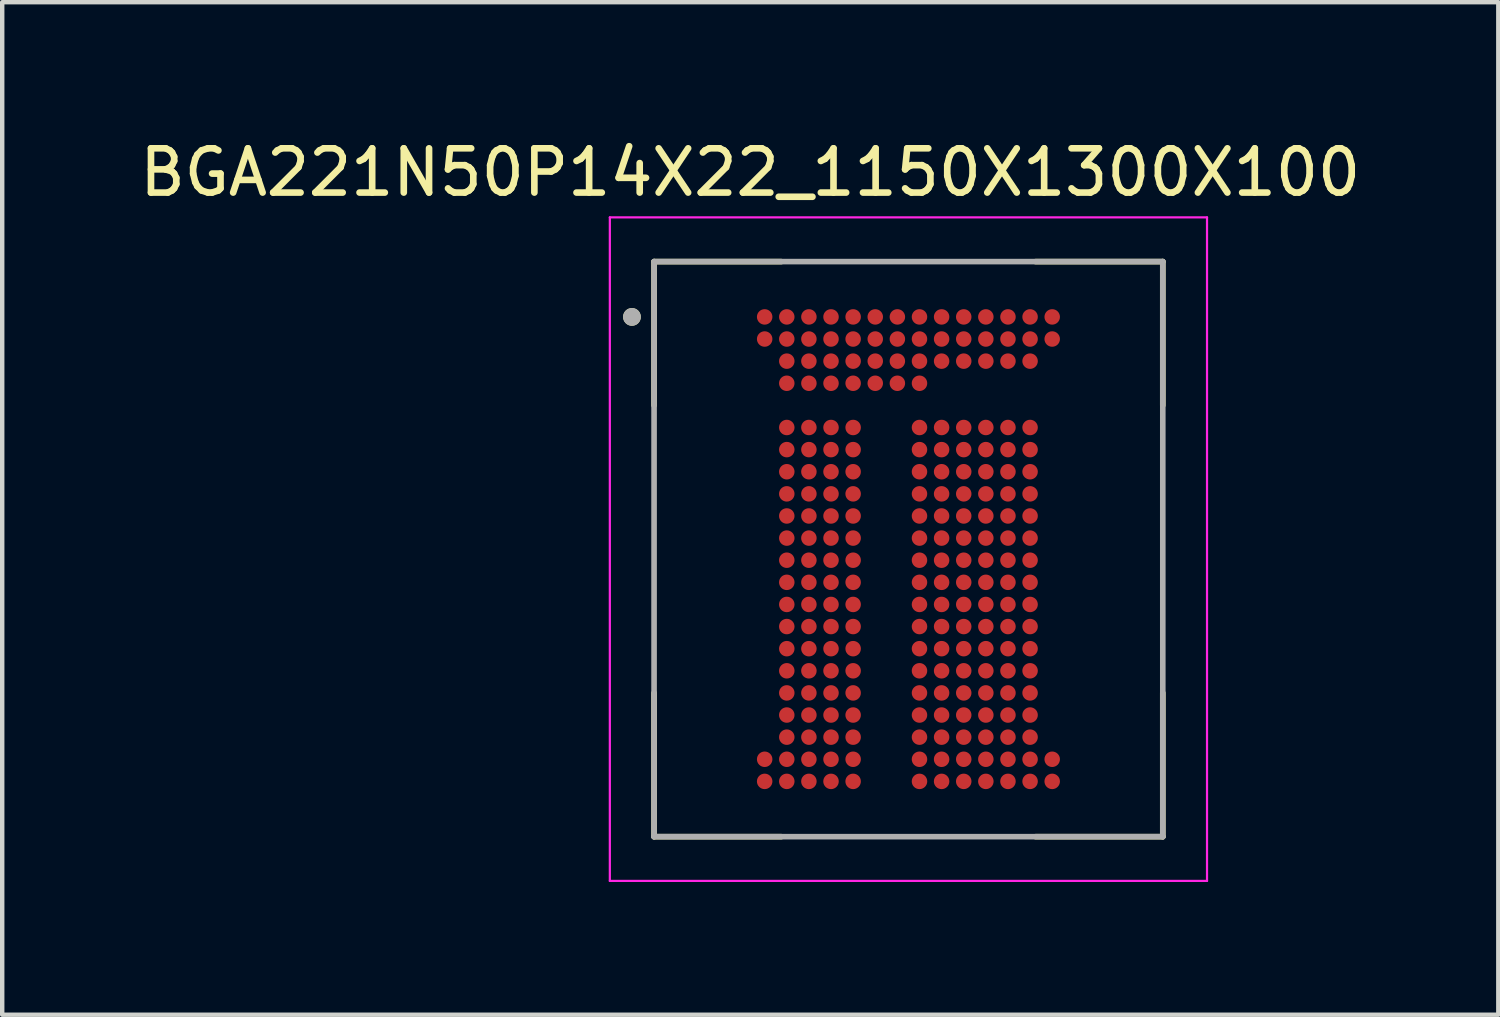
<source format=kicad_pcb>
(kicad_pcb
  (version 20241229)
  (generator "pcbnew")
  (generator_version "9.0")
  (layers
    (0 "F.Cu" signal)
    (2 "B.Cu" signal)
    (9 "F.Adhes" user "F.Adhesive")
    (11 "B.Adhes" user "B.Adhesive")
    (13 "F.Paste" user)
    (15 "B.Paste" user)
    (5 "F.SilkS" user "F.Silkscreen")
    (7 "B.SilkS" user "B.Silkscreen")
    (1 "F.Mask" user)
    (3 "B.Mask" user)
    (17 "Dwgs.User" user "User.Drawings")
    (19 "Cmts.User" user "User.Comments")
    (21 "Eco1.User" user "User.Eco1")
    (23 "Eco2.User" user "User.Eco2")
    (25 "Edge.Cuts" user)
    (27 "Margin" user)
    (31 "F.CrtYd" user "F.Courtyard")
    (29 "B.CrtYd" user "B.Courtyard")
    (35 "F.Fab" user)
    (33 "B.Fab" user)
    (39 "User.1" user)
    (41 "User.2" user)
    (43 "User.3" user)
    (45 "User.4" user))
  (footprint "BGA221N50P14X22_1150X1300X100"
    (layer "F.Cu")
    (at 17.486 9.364)
    (property "Reference" "BGA221N50P14X22_1150X1300X100" (at -3.575 -8.516 0) (layer "F.SilkS") (effects (font (size 1 1) (thickness 0.15))))
    (attr smd)
    (fp_circle (center -3.25 -5.25) (end -3.138 -5.25) (stroke (width 0.225) (type solid)) (fill no) (layer "F.Mask"))
    (fp_circle (center -3.25 -4.75) (end -3.138 -4.75) (stroke (width 0.225) (type solid)) (fill no) (layer "F.Mask"))
    (fp_circle (center -3.25 4.75) (end -3.138 4.75) (stroke (width 0.225) (type solid)) (fill no) (layer "F.Mask"))
    (fp_circle (center -3.25 5.25) (end -3.138 5.25) (stroke (width 0.225) (type solid)) (fill no) (layer "F.Mask"))
    (fp_circle (center -2.75 -5.25) (end -2.638 -5.25) (stroke (width 0.225) (type solid)) (fill no) (layer "F.Mask"))
    (fp_circle (center -2.75 -4.75) (end -2.638 -4.75) (stroke (width 0.225) (type solid)) (fill no) (layer "F.Mask"))
    (fp_circle (center -2.75 -4.25) (end -2.638 -4.25) (stroke (width 0.225) (type solid)) (fill no) (layer "F.Mask"))
    (fp_circle (center -2.75 -3.75) (end -2.638 -3.75) (stroke (width 0.225) (type solid)) (fill no) (layer "F.Mask"))
    (fp_circle (center -2.75 -2.75) (end -2.638 -2.75) (stroke (width 0.225) (type solid)) (fill no) (layer "F.Mask"))
    (fp_circle (center -2.75 -2.25) (end -2.638 -2.25) (stroke (width 0.225) (type solid)) (fill no) (layer "F.Mask"))
    (fp_circle (center -2.75 -1.75) (end -2.638 -1.75) (stroke (width 0.225) (type solid)) (fill no) (layer "F.Mask"))
    (fp_circle (center -2.75 -1.25) (end -2.638 -1.25) (stroke (width 0.225) (type solid)) (fill no) (layer "F.Mask"))
    (fp_circle (center -2.75 -0.75) (end -2.638 -0.75) (stroke (width 0.225) (type solid)) (fill no) (layer "F.Mask"))
    (fp_circle (center -2.75 -0.25) (end -2.638 -0.25) (stroke (width 0.225) (type solid)) (fill no) (layer "F.Mask"))
    (fp_circle (center -2.75 0.25) (end -2.638 0.25) (stroke (width 0.225) (type solid)) (fill no) (layer "F.Mask"))
    (fp_circle (center -2.75 0.75) (end -2.638 0.75) (stroke (width 0.225) (type solid)) (fill no) (layer "F.Mask"))
    (fp_circle (center -2.75 1.25) (end -2.638 1.25) (stroke (width 0.225) (type solid)) (fill no) (layer "F.Mask"))
    (fp_circle (center -2.75 1.75) (end -2.638 1.75) (stroke (width 0.225) (type solid)) (fill no) (layer "F.Mask"))
    (fp_circle (center -2.75 2.25) (end -2.638 2.25) (stroke (width 0.225) (type solid)) (fill no) (layer "F.Mask"))
    (fp_circle (center -2.75 2.75) (end -2.638 2.75) (stroke (width 0.225) (type solid)) (fill no) (layer "F.Mask"))
    (fp_circle (center -2.75 3.25) (end -2.638 3.25) (stroke (width 0.225) (type solid)) (fill no) (layer "F.Mask"))
    (fp_circle (center -2.75 3.75) (end -2.638 3.75) (stroke (width 0.225) (type solid)) (fill no) (layer "F.Mask"))
    (fp_circle (center -2.75 4.25) (end -2.638 4.25) (stroke (width 0.225) (type solid)) (fill no) (layer "F.Mask"))
    (fp_circle (center -2.75 4.75) (end -2.638 4.75) (stroke (width 0.225) (type solid)) (fill no) (layer "F.Mask"))
    (fp_circle (center -2.75 5.25) (end -2.638 5.25) (stroke (width 0.225) (type solid)) (fill no) (layer "F.Mask"))
    (fp_circle (center -2.25 -5.25) (end -2.138 -5.25) (stroke (width 0.225) (type solid)) (fill no) (layer "F.Mask"))
    (fp_circle (center -2.25 -4.75) (end -2.138 -4.75) (stroke (width 0.225) (type solid)) (fill no) (layer "F.Mask"))
    (fp_circle (center -2.25 -4.25) (end -2.138 -4.25) (stroke (width 0.225) (type solid)) (fill no) (layer "F.Mask"))
    (fp_circle (center -2.25 -3.75) (end -2.138 -3.75) (stroke (width 0.225) (type solid)) (fill no) (layer "F.Mask"))
    (fp_circle (center -2.25 -2.75) (end -2.138 -2.75) (stroke (width 0.225) (type solid)) (fill no) (layer "F.Mask"))
    (fp_circle (center -2.25 -2.25) (end -2.138 -2.25) (stroke (width 0.225) (type solid)) (fill no) (layer "F.Mask"))
    (fp_circle (center -2.25 -1.75) (end -2.138 -1.75) (stroke (width 0.225) (type solid)) (fill no) (layer "F.Mask"))
    (fp_circle (center -2.25 -1.25) (end -2.138 -1.25) (stroke (width 0.225) (type solid)) (fill no) (layer "F.Mask"))
    (fp_circle (center -2.25 -0.75) (end -2.138 -0.75) (stroke (width 0.225) (type solid)) (fill no) (layer "F.Mask"))
    (fp_circle (center -2.25 -0.25) (end -2.138 -0.25) (stroke (width 0.225) (type solid)) (fill no) (layer "F.Mask"))
    (fp_circle (center -2.25 0.25) (end -2.138 0.25) (stroke (width 0.225) (type solid)) (fill no) (layer "F.Mask"))
    (fp_circle (center -2.25 0.75) (end -2.138 0.75) (stroke (width 0.225) (type solid)) (fill no) (layer "F.Mask"))
    (fp_circle (center -2.25 1.25) (end -2.138 1.25) (stroke (width 0.225) (type solid)) (fill no) (layer "F.Mask"))
    (fp_circle (center -2.25 1.75) (end -2.138 1.75) (stroke (width 0.225) (type solid)) (fill no) (layer "F.Mask"))
    (fp_circle (center -2.25 2.25) (end -2.138 2.25) (stroke (width 0.225) (type solid)) (fill no) (layer "F.Mask"))
    (fp_circle (center -2.25 2.75) (end -2.138 2.75) (stroke (width 0.225) (type solid)) (fill no) (layer "F.Mask"))
    (fp_circle (center -2.25 3.25) (end -2.138 3.25) (stroke (width 0.225) (type solid)) (fill no) (layer "F.Mask"))
    (fp_circle (center -2.25 3.75) (end -2.138 3.75) (stroke (width 0.225) (type solid)) (fill no) (layer "F.Mask"))
    (fp_circle (center -2.25 4.25) (end -2.138 4.25) (stroke (width 0.225) (type solid)) (fill no) (layer "F.Mask"))
    (fp_circle (center -2.25 4.75) (end -2.138 4.75) (stroke (width 0.225) (type solid)) (fill no) (layer "F.Mask"))
    (fp_circle (center -2.25 5.25) (end -2.138 5.25) (stroke (width 0.225) (type solid)) (fill no) (layer "F.Mask"))
    (fp_circle (center -1.75 -5.25) (end -1.637 -5.25) (stroke (width 0.225) (type solid)) (fill no) (layer "F.Mask"))
    (fp_circle (center -1.75 -4.75) (end -1.637 -4.75) (stroke (width 0.225) (type solid)) (fill no) (layer "F.Mask"))
    (fp_circle (center -1.75 -4.25) (end -1.637 -4.25) (stroke (width 0.225) (type solid)) (fill no) (layer "F.Mask"))
    (fp_circle (center -1.75 -3.75) (end -1.637 -3.75) (stroke (width 0.225) (type solid)) (fill no) (layer "F.Mask"))
    (fp_circle (center -1.75 -2.75) (end -1.637 -2.75) (stroke (width 0.225) (type solid)) (fill no) (layer "F.Mask"))
    (fp_circle (center -1.75 -2.25) (end -1.637 -2.25) (stroke (width 0.225) (type solid)) (fill no) (layer "F.Mask"))
    (fp_circle (center -1.75 -1.75) (end -1.637 -1.75) (stroke (width 0.225) (type solid)) (fill no) (layer "F.Mask"))
    (fp_circle (center -1.75 -1.25) (end -1.637 -1.25) (stroke (width 0.225) (type solid)) (fill no) (layer "F.Mask"))
    (fp_circle (center -1.75 -0.75) (end -1.637 -0.75) (stroke (width 0.225) (type solid)) (fill no) (layer "F.Mask"))
    (fp_circle (center -1.75 -0.25) (end -1.637 -0.25) (stroke (width 0.225) (type solid)) (fill no) (layer "F.Mask"))
    (fp_circle (center -1.75 0.25) (end -1.637 0.25) (stroke (width 0.225) (type solid)) (fill no) (layer "F.Mask"))
    (fp_circle (center -1.75 0.75) (end -1.637 0.75) (stroke (width 0.225) (type solid)) (fill no) (layer "F.Mask"))
    (fp_circle (center -1.75 1.25) (end -1.637 1.25) (stroke (width 0.225) (type solid)) (fill no) (layer "F.Mask"))
    (fp_circle (center -1.75 1.75) (end -1.637 1.75) (stroke (width 0.225) (type solid)) (fill no) (layer "F.Mask"))
    (fp_circle (center -1.75 2.25) (end -1.637 2.25) (stroke (width 0.225) (type solid)) (fill no) (layer "F.Mask"))
    (fp_circle (center -1.75 2.75) (end -1.637 2.75) (stroke (width 0.225) (type solid)) (fill no) (layer "F.Mask"))
    (fp_circle (center -1.75 3.25) (end -1.637 3.25) (stroke (width 0.225) (type solid)) (fill no) (layer "F.Mask"))
    (fp_circle (center -1.75 3.75) (end -1.637 3.75) (stroke (width 0.225) (type solid)) (fill no) (layer "F.Mask"))
    (fp_circle (center -1.75 4.25) (end -1.637 4.25) (stroke (width 0.225) (type solid)) (fill no) (layer "F.Mask"))
    (fp_circle (center -1.75 4.75) (end -1.637 4.75) (stroke (width 0.225) (type solid)) (fill no) (layer "F.Mask"))
    (fp_circle (center -1.75 5.25) (end -1.637 5.25) (stroke (width 0.225) (type solid)) (fill no) (layer "F.Mask"))
    (fp_circle (center -1.25 -5.25) (end -1.137 -5.25) (stroke (width 0.225) (type solid)) (fill no) (layer "F.Mask"))
    (fp_circle (center -1.25 -4.75) (end -1.137 -4.75) (stroke (width 0.225) (type solid)) (fill no) (layer "F.Mask"))
    (fp_circle (center -1.25 -4.25) (end -1.137 -4.25) (stroke (width 0.225) (type solid)) (fill no) (layer "F.Mask"))
    (fp_circle (center -1.25 -3.75) (end -1.137 -3.75) (stroke (width 0.225) (type solid)) (fill no) (layer "F.Mask"))
    (fp_circle (center -1.25 -2.75) (end -1.137 -2.75) (stroke (width 0.225) (type solid)) (fill no) (layer "F.Mask"))
    (fp_circle (center -1.25 -2.25) (end -1.137 -2.25) (stroke (width 0.225) (type solid)) (fill no) (layer "F.Mask"))
    (fp_circle (center -1.25 -1.75) (end -1.137 -1.75) (stroke (width 0.225) (type solid)) (fill no) (layer "F.Mask"))
    (fp_circle (center -1.25 -1.25) (end -1.137 -1.25) (stroke (width 0.225) (type solid)) (fill no) (layer "F.Mask"))
    (fp_circle (center -1.25 -0.75) (end -1.137 -0.75) (stroke (width 0.225) (type solid)) (fill no) (layer "F.Mask"))
    (fp_circle (center -1.25 -0.25) (end -1.137 -0.25) (stroke (width 0.225) (type solid)) (fill no) (layer "F.Mask"))
    (fp_circle (center -1.25 0.25) (end -1.137 0.25) (stroke (width 0.225) (type solid)) (fill no) (layer "F.Mask"))
    (fp_circle (center -1.25 0.75) (end -1.137 0.75) (stroke (width 0.225) (type solid)) (fill no) (layer "F.Mask"))
    (fp_circle (center -1.25 1.25) (end -1.137 1.25) (stroke (width 0.225) (type solid)) (fill no) (layer "F.Mask"))
    (fp_circle (center -1.25 1.75) (end -1.137 1.75) (stroke (width 0.225) (type solid)) (fill no) (layer "F.Mask"))
    (fp_circle (center -1.25 2.25) (end -1.137 2.25) (stroke (width 0.225) (type solid)) (fill no) (layer "F.Mask"))
    (fp_circle (center -1.25 2.75) (end -1.137 2.75) (stroke (width 0.225) (type solid)) (fill no) (layer "F.Mask"))
    (fp_circle (center -1.25 3.25) (end -1.137 3.25) (stroke (width 0.225) (type solid)) (fill no) (layer "F.Mask"))
    (fp_circle (center -1.25 3.75) (end -1.137 3.75) (stroke (width 0.225) (type solid)) (fill no) (layer "F.Mask"))
    (fp_circle (center -1.25 4.25) (end -1.137 4.25) (stroke (width 0.225) (type solid)) (fill no) (layer "F.Mask"))
    (fp_circle (center -1.25 4.75) (end -1.137 4.75) (stroke (width 0.225) (type solid)) (fill no) (layer "F.Mask"))
    (fp_circle (center -1.25 5.25) (end -1.137 5.25) (stroke (width 0.225) (type solid)) (fill no) (layer "F.Mask"))
    (fp_circle (center -0.75 -5.25) (end -0.637 -5.25) (stroke (width 0.225) (type solid)) (fill no) (layer "F.Mask"))
    (fp_circle (center -0.75 -4.75) (end -0.637 -4.75) (stroke (width 0.225) (type solid)) (fill no) (layer "F.Mask"))
    (fp_circle (center -0.75 -4.25) (end -0.637 -4.25) (stroke (width 0.225) (type solid)) (fill no) (layer "F.Mask"))
    (fp_circle (center -0.75 -3.75) (end -0.637 -3.75) (stroke (width 0.225) (type solid)) (fill no) (layer "F.Mask"))
    (fp_circle (center -0.25 -5.25) (end -0.138 -5.25) (stroke (width 0.225) (type solid)) (fill no) (layer "F.Mask"))
    (fp_circle (center -0.25 -4.75) (end -0.138 -4.75) (stroke (width 0.225) (type solid)) (fill no) (layer "F.Mask"))
    (fp_circle (center -0.25 -4.25) (end -0.138 -4.25) (stroke (width 0.225) (type solid)) (fill no) (layer "F.Mask"))
    (fp_circle (center -0.25 -3.75) (end -0.138 -3.75) (stroke (width 0.225) (type solid)) (fill no) (layer "F.Mask"))
    (fp_circle (center 0.25 -5.25) (end 0.362 -5.25) (stroke (width 0.225) (type solid)) (fill no) (layer "F.Mask"))
    (fp_circle (center 0.25 -4.75) (end 0.362 -4.75) (stroke (width 0.225) (type solid)) (fill no) (layer "F.Mask"))
    (fp_circle (center 0.25 -4.25) (end 0.362 -4.25) (stroke (width 0.225) (type solid)) (fill no) (layer "F.Mask"))
    (fp_circle (center 0.25 -3.75) (end 0.362 -3.75) (stroke (width 0.225) (type solid)) (fill no) (layer "F.Mask"))
    (fp_circle (center 0.25 -2.75) (end 0.362 -2.75) (stroke (width 0.225) (type solid)) (fill no) (layer "F.Mask"))
    (fp_circle (center 0.25 -2.25) (end 0.362 -2.25) (stroke (width 0.225) (type solid)) (fill no) (layer "F.Mask"))
    (fp_circle (center 0.25 -1.75) (end 0.362 -1.75) (stroke (width 0.225) (type solid)) (fill no) (layer "F.Mask"))
    (fp_circle (center 0.25 -1.25) (end 0.362 -1.25) (stroke (width 0.225) (type solid)) (fill no) (layer "F.Mask"))
    (fp_circle (center 0.25 -0.75) (end 0.362 -0.75) (stroke (width 0.225) (type solid)) (fill no) (layer "F.Mask"))
    (fp_circle (center 0.25 -0.25) (end 0.362 -0.25) (stroke (width 0.225) (type solid)) (fill no) (layer "F.Mask"))
    (fp_circle (center 0.25 0.25) (end 0.362 0.25) (stroke (width 0.225) (type solid)) (fill no) (layer "F.Mask"))
    (fp_circle (center 0.25 0.75) (end 0.362 0.75) (stroke (width 0.225) (type solid)) (fill no) (layer "F.Mask"))
    (fp_circle (center 0.25 1.25) (end 0.362 1.25) (stroke (width 0.225) (type solid)) (fill no) (layer "F.Mask"))
    (fp_circle (center 0.25 1.75) (end 0.362 1.75) (stroke (width 0.225) (type solid)) (fill no) (layer "F.Mask"))
    (fp_circle (center 0.25 2.25) (end 0.362 2.25) (stroke (width 0.225) (type solid)) (fill no) (layer "F.Mask"))
    (fp_circle (center 0.25 2.75) (end 0.362 2.75) (stroke (width 0.225) (type solid)) (fill no) (layer "F.Mask"))
    (fp_circle (center 0.25 3.25) (end 0.362 3.25) (stroke (width 0.225) (type solid)) (fill no) (layer "F.Mask"))
    (fp_circle (center 0.25 3.75) (end 0.362 3.75) (stroke (width 0.225) (type solid)) (fill no) (layer "F.Mask"))
    (fp_circle (center 0.25 4.25) (end 0.362 4.25) (stroke (width 0.225) (type solid)) (fill no) (layer "F.Mask"))
    (fp_circle (center 0.25 4.75) (end 0.362 4.75) (stroke (width 0.225) (type solid)) (fill no) (layer "F.Mask"))
    (fp_circle (center 0.25 5.25) (end 0.362 5.25) (stroke (width 0.225) (type solid)) (fill no) (layer "F.Mask"))
    (fp_circle (center 0.75 -5.25) (end 0.863 -5.25) (stroke (width 0.225) (type solid)) (fill no) (layer "F.Mask"))
    (fp_circle (center 0.75 -4.75) (end 0.863 -4.75) (stroke (width 0.225) (type solid)) (fill no) (layer "F.Mask"))
    (fp_circle (center 0.75 -4.25) (end 0.863 -4.25) (stroke (width 0.225) (type solid)) (fill no) (layer "F.Mask"))
    (fp_circle (center 0.75 -2.75) (end 0.863 -2.75) (stroke (width 0.225) (type solid)) (fill no) (layer "F.Mask"))
    (fp_circle (center 0.75 -2.25) (end 0.863 -2.25) (stroke (width 0.225) (type solid)) (fill no) (layer "F.Mask"))
    (fp_circle (center 0.75 -1.75) (end 0.863 -1.75) (stroke (width 0.225) (type solid)) (fill no) (layer "F.Mask"))
    (fp_circle (center 0.75 -1.25) (end 0.863 -1.25) (stroke (width 0.225) (type solid)) (fill no) (layer "F.Mask"))
    (fp_circle (center 0.75 -0.75) (end 0.863 -0.75) (stroke (width 0.225) (type solid)) (fill no) (layer "F.Mask"))
    (fp_circle (center 0.75 -0.25) (end 0.863 -0.25) (stroke (width 0.225) (type solid)) (fill no) (layer "F.Mask"))
    (fp_circle (center 0.75 0.25) (end 0.863 0.25) (stroke (width 0.225) (type solid)) (fill no) (layer "F.Mask"))
    (fp_circle (center 0.75 0.75) (end 0.863 0.75) (stroke (width 0.225) (type solid)) (fill no) (layer "F.Mask"))
    (fp_circle (center 0.75 1.25) (end 0.863 1.25) (stroke (width 0.225) (type solid)) (fill no) (layer "F.Mask"))
    (fp_circle (center 0.75 1.75) (end 0.863 1.75) (stroke (width 0.225) (type solid)) (fill no) (layer "F.Mask"))
    (fp_circle (center 0.75 2.25) (end 0.863 2.25) (stroke (width 0.225) (type solid)) (fill no) (layer "F.Mask"))
    (fp_circle (center 0.75 2.75) (end 0.863 2.75) (stroke (width 0.225) (type solid)) (fill no) (layer "F.Mask"))
    (fp_circle (center 0.75 3.25) (end 0.863 3.25) (stroke (width 0.225) (type solid)) (fill no) (layer "F.Mask"))
    (fp_circle (center 0.75 3.75) (end 0.863 3.75) (stroke (width 0.225) (type solid)) (fill no) (layer "F.Mask"))
    (fp_circle (center 0.75 4.25) (end 0.863 4.25) (stroke (width 0.225) (type solid)) (fill no) (layer "F.Mask"))
    (fp_circle (center 0.75 4.75) (end 0.863 4.75) (stroke (width 0.225) (type solid)) (fill no) (layer "F.Mask"))
    (fp_circle (center 0.75 5.25) (end 0.863 5.25) (stroke (width 0.225) (type solid)) (fill no) (layer "F.Mask"))
    (fp_circle (center 1.25 -5.25) (end 1.363 -5.25) (stroke (width 0.225) (type solid)) (fill no) (layer "F.Mask"))
    (fp_circle (center 1.25 -4.75) (end 1.363 -4.75) (stroke (width 0.225) (type solid)) (fill no) (layer "F.Mask"))
    (fp_circle (center 1.25 -4.25) (end 1.363 -4.25) (stroke (width 0.225) (type solid)) (fill no) (layer "F.Mask"))
    (fp_circle (center 1.25 -2.75) (end 1.363 -2.75) (stroke (width 0.225) (type solid)) (fill no) (layer "F.Mask"))
    (fp_circle (center 1.25 -2.25) (end 1.363 -2.25) (stroke (width 0.225) (type solid)) (fill no) (layer "F.Mask"))
    (fp_circle (center 1.25 -1.75) (end 1.363 -1.75) (stroke (width 0.225) (type solid)) (fill no) (layer "F.Mask"))
    (fp_circle (center 1.25 -1.25) (end 1.363 -1.25) (stroke (width 0.225) (type solid)) (fill no) (layer "F.Mask"))
    (fp_circle (center 1.25 -0.75) (end 1.363 -0.75) (stroke (width 0.225) (type solid)) (fill no) (layer "F.Mask"))
    (fp_circle (center 1.25 -0.25) (end 1.363 -0.25) (stroke (width 0.225) (type solid)) (fill no) (layer "F.Mask"))
    (fp_circle (center 1.25 0.25) (end 1.363 0.25) (stroke (width 0.225) (type solid)) (fill no) (layer "F.Mask"))
    (fp_circle (center 1.25 0.75) (end 1.363 0.75) (stroke (width 0.225) (type solid)) (fill no) (layer "F.Mask"))
    (fp_circle (center 1.25 1.25) (end 1.363 1.25) (stroke (width 0.225) (type solid)) (fill no) (layer "F.Mask"))
    (fp_circle (center 1.25 1.75) (end 1.363 1.75) (stroke (width 0.225) (type solid)) (fill no) (layer "F.Mask"))
    (fp_circle (center 1.25 2.25) (end 1.363 2.25) (stroke (width 0.225) (type solid)) (fill no) (layer "F.Mask"))
    (fp_circle (center 1.25 2.75) (end 1.363 2.75) (stroke (width 0.225) (type solid)) (fill no) (layer "F.Mask"))
    (fp_circle (center 1.25 3.25) (end 1.363 3.25) (stroke (width 0.225) (type solid)) (fill no) (layer "F.Mask"))
    (fp_circle (center 1.25 3.75) (end 1.363 3.75) (stroke (width 0.225) (type solid)) (fill no) (layer "F.Mask"))
    (fp_circle (center 1.25 4.25) (end 1.363 4.25) (stroke (width 0.225) (type solid)) (fill no) (layer "F.Mask"))
    (fp_circle (center 1.25 4.75) (end 1.363 4.75) (stroke (width 0.225) (type solid)) (fill no) (layer "F.Mask"))
    (fp_circle (center 1.25 5.25) (end 1.363 5.25) (stroke (width 0.225) (type solid)) (fill no) (layer "F.Mask"))
    (fp_circle (center 1.75 -5.25) (end 1.863 -5.25) (stroke (width 0.225) (type solid)) (fill no) (layer "F.Mask"))
    (fp_circle (center 1.75 -4.75) (end 1.863 -4.75) (stroke (width 0.225) (type solid)) (fill no) (layer "F.Mask"))
    (fp_circle (center 1.75 -4.25) (end 1.863 -4.25) (stroke (width 0.225) (type solid)) (fill no) (layer "F.Mask"))
    (fp_circle (center 1.75 -2.75) (end 1.863 -2.75) (stroke (width 0.225) (type solid)) (fill no) (layer "F.Mask"))
    (fp_circle (center 1.75 -2.25) (end 1.863 -2.25) (stroke (width 0.225) (type solid)) (fill no) (layer "F.Mask"))
    (fp_circle (center 1.75 -1.75) (end 1.863 -1.75) (stroke (width 0.225) (type solid)) (fill no) (layer "F.Mask"))
    (fp_circle (center 1.75 -1.25) (end 1.863 -1.25) (stroke (width 0.225) (type solid)) (fill no) (layer "F.Mask"))
    (fp_circle (center 1.75 -0.75) (end 1.863 -0.75) (stroke (width 0.225) (type solid)) (fill no) (layer "F.Mask"))
    (fp_circle (center 1.75 -0.25) (end 1.863 -0.25) (stroke (width 0.225) (type solid)) (fill no) (layer "F.Mask"))
    (fp_circle (center 1.75 0.25) (end 1.863 0.25) (stroke (width 0.225) (type solid)) (fill no) (layer "F.Mask"))
    (fp_circle (center 1.75 0.75) (end 1.863 0.75) (stroke (width 0.225) (type solid)) (fill no) (layer "F.Mask"))
    (fp_circle (center 1.75 1.25) (end 1.863 1.25) (stroke (width 0.225) (type solid)) (fill no) (layer "F.Mask"))
    (fp_circle (center 1.75 1.75) (end 1.863 1.75) (stroke (width 0.225) (type solid)) (fill no) (layer "F.Mask"))
    (fp_circle (center 1.75 2.25) (end 1.863 2.25) (stroke (width 0.225) (type solid)) (fill no) (layer "F.Mask"))
    (fp_circle (center 1.75 2.75) (end 1.863 2.75) (stroke (width 0.225) (type solid)) (fill no) (layer "F.Mask"))
    (fp_circle (center 1.75 3.25) (end 1.863 3.25) (stroke (width 0.225) (type solid)) (fill no) (layer "F.Mask"))
    (fp_circle (center 1.75 3.75) (end 1.863 3.75) (stroke (width 0.225) (type solid)) (fill no) (layer "F.Mask"))
    (fp_circle (center 1.75 4.25) (end 1.863 4.25) (stroke (width 0.225) (type solid)) (fill no) (layer "F.Mask"))
    (fp_circle (center 1.75 4.75) (end 1.863 4.75) (stroke (width 0.225) (type solid)) (fill no) (layer "F.Mask"))
    (fp_circle (center 1.75 5.25) (end 1.863 5.25) (stroke (width 0.225) (type solid)) (fill no) (layer "F.Mask"))
    (fp_circle (center 2.25 -5.25) (end 2.362 -5.25) (stroke (width 0.225) (type solid)) (fill no) (layer "F.Mask"))
    (fp_circle (center 2.25 -4.75) (end 2.362 -4.75) (stroke (width 0.225) (type solid)) (fill no) (layer "F.Mask"))
    (fp_circle (center 2.25 -4.25) (end 2.362 -4.25) (stroke (width 0.225) (type solid)) (fill no) (layer "F.Mask"))
    (fp_circle (center 2.25 -2.75) (end 2.362 -2.75) (stroke (width 0.225) (type solid)) (fill no) (layer "F.Mask"))
    (fp_circle (center 2.25 -2.25) (end 2.362 -2.25) (stroke (width 0.225) (type solid)) (fill no) (layer "F.Mask"))
    (fp_circle (center 2.25 -1.75) (end 2.362 -1.75) (stroke (width 0.225) (type solid)) (fill no) (layer "F.Mask"))
    (fp_circle (center 2.25 -1.25) (end 2.362 -1.25) (stroke (width 0.225) (type solid)) (fill no) (layer "F.Mask"))
    (fp_circle (center 2.25 -0.75) (end 2.362 -0.75) (stroke (width 0.225) (type solid)) (fill no) (layer "F.Mask"))
    (fp_circle (center 2.25 -0.25) (end 2.362 -0.25) (stroke (width 0.225) (type solid)) (fill no) (layer "F.Mask"))
    (fp_circle (center 2.25 0.25) (end 2.362 0.25) (stroke (width 0.225) (type solid)) (fill no) (layer "F.Mask"))
    (fp_circle (center 2.25 0.75) (end 2.362 0.75) (stroke (width 0.225) (type solid)) (fill no) (layer "F.Mask"))
    (fp_circle (center 2.25 1.25) (end 2.362 1.25) (stroke (width 0.225) (type solid)) (fill no) (layer "F.Mask"))
    (fp_circle (center 2.25 1.75) (end 2.362 1.75) (stroke (width 0.225) (type solid)) (fill no) (layer "F.Mask"))
    (fp_circle (center 2.25 2.25) (end 2.362 2.25) (stroke (width 0.225) (type solid)) (fill no) (layer "F.Mask"))
    (fp_circle (center 2.25 2.75) (end 2.362 2.75) (stroke (width 0.225) (type solid)) (fill no) (layer "F.Mask"))
    (fp_circle (center 2.25 3.25) (end 2.362 3.25) (stroke (width 0.225) (type solid)) (fill no) (layer "F.Mask"))
    (fp_circle (center 2.25 3.75) (end 2.362 3.75) (stroke (width 0.225) (type solid)) (fill no) (layer "F.Mask"))
    (fp_circle (center 2.25 4.25) (end 2.362 4.25) (stroke (width 0.225) (type solid)) (fill no) (layer "F.Mask"))
    (fp_circle (center 2.25 4.75) (end 2.362 4.75) (stroke (width 0.225) (type solid)) (fill no) (layer "F.Mask"))
    (fp_circle (center 2.25 5.25) (end 2.362 5.25) (stroke (width 0.225) (type solid)) (fill no) (layer "F.Mask"))
    (fp_circle (center 2.75 -5.25) (end 2.862 -5.25) (stroke (width 0.225) (type solid)) (fill no) (layer "F.Mask"))
    (fp_circle (center 2.75 -4.75) (end 2.862 -4.75) (stroke (width 0.225) (type solid)) (fill no) (layer "F.Mask"))
    (fp_circle (center 2.75 -4.25) (end 2.862 -4.25) (stroke (width 0.225) (type solid)) (fill no) (layer "F.Mask"))
    (fp_circle (center 2.75 -2.75) (end 2.862 -2.75) (stroke (width 0.225) (type solid)) (fill no) (layer "F.Mask"))
    (fp_circle (center 2.75 -2.25) (end 2.862 -2.25) (stroke (width 0.225) (type solid)) (fill no) (layer "F.Mask"))
    (fp_circle (center 2.75 -1.75) (end 2.862 -1.75) (stroke (width 0.225) (type solid)) (fill no) (layer "F.Mask"))
    (fp_circle (center 2.75 -1.25) (end 2.862 -1.25) (stroke (width 0.225) (type solid)) (fill no) (layer "F.Mask"))
    (fp_circle (center 2.75 -0.75) (end 2.862 -0.75) (stroke (width 0.225) (type solid)) (fill no) (layer "F.Mask"))
    (fp_circle (center 2.75 -0.25) (end 2.862 -0.25) (stroke (width 0.225) (type solid)) (fill no) (layer "F.Mask"))
    (fp_circle (center 2.75 0.25) (end 2.862 0.25) (stroke (width 0.225) (type solid)) (fill no) (layer "F.Mask"))
    (fp_circle (center 2.75 0.75) (end 2.862 0.75) (stroke (width 0.225) (type solid)) (fill no) (layer "F.Mask"))
    (fp_circle (center 2.75 1.25) (end 2.862 1.25) (stroke (width 0.225) (type solid)) (fill no) (layer "F.Mask"))
    (fp_circle (center 2.75 1.75) (end 2.862 1.75) (stroke (width 0.225) (type solid)) (fill no) (layer "F.Mask"))
    (fp_circle (center 2.75 2.25) (end 2.862 2.25) (stroke (width 0.225) (type solid)) (fill no) (layer "F.Mask"))
    (fp_circle (center 2.75 2.75) (end 2.862 2.75) (stroke (width 0.225) (type solid)) (fill no) (layer "F.Mask"))
    (fp_circle (center 2.75 3.25) (end 2.862 3.25) (stroke (width 0.225) (type solid)) (fill no) (layer "F.Mask"))
    (fp_circle (center 2.75 3.75) (end 2.862 3.75) (stroke (width 0.225) (type solid)) (fill no) (layer "F.Mask"))
    (fp_circle (center 2.75 4.25) (end 2.862 4.25) (stroke (width 0.225) (type solid)) (fill no) (layer "F.Mask"))
    (fp_circle (center 2.75 4.75) (end 2.862 4.75) (stroke (width 0.225) (type solid)) (fill no) (layer "F.Mask"))
    (fp_circle (center 2.75 5.25) (end 2.862 5.25) (stroke (width 0.225) (type solid)) (fill no) (layer "F.Mask"))
    (fp_circle (center 3.25 -5.25) (end 3.362 -5.25) (stroke (width 0.225) (type solid)) (fill no) (layer "F.Mask"))
    (fp_circle (center 3.25 -4.75) (end 3.362 -4.75) (stroke (width 0.225) (type solid)) (fill no) (layer "F.Mask"))
    (fp_circle (center 3.25 4.75) (end 3.362 4.75) (stroke (width 0.225) (type solid)) (fill no) (layer "F.Mask"))
    (fp_circle (center 3.25 5.25) (end 3.362 5.25) (stroke (width 0.225) (type solid)) (fill no) (layer "F.Mask"))
    (fp_line (start -5.75 -6.5) (end -5.75 -3.25) (stroke (width 0.127) (type solid)) (layer "F.SilkS"))
    (fp_line (start -5.75 -6.5) (end -2.875 -6.5) (stroke (width 0.127) (type solid)) (layer "F.SilkS"))
    (fp_line (start -5.75 6.5) (end -5.75 3.25) (stroke (width 0.127) (type solid)) (layer "F.SilkS"))
    (fp_line (start -5.75 6.5) (end -2.875 6.5) (stroke (width 0.127) (type solid)) (layer "F.SilkS"))
    (fp_line (start 5.75 -6.5) (end 2.875 -6.5) (stroke (width 0.127) (type solid)) (layer "F.SilkS"))
    (fp_line (start 5.75 -6.5) (end 5.75 -3.25) (stroke (width 0.127) (type solid)) (layer "F.SilkS"))
    (fp_line (start 5.75 6.5) (end 2.875 6.5) (stroke (width 0.127) (type solid)) (layer "F.SilkS"))
    (fp_line (start 5.75 6.5) (end 5.75 3.25) (stroke (width 0.127) (type solid)) (layer "F.SilkS"))
    (fp_circle (center -6.25 -5.25) (end -6.15 -5.25) (stroke (width 0.2) (type solid)) (fill no) (layer "F.SilkS"))
    (fp_line (start -6.75 -7.5) (end 6.75 -7.5) (stroke (width 0.05) (type solid)) (layer "F.CrtYd"))
    (fp_line (start -6.75 7.5) (end -6.75 -7.5) (stroke (width 0.05) (type solid)) (layer "F.CrtYd"))
    (fp_line (start -6.75 7.5) (end 6.75 7.5) (stroke (width 0.05) (type solid)) (layer "F.CrtYd"))
    (fp_line (start 6.75 7.5) (end 6.75 -7.5) (stroke (width 0.05) (type solid)) (layer "F.CrtYd"))
    (fp_line (start -5.75 6.5) (end -5.75 -6.5) (stroke (width 0.127) (type solid)) (layer "F.Fab"))
    (fp_line (start 5.75 -6.5) (end -5.75 -6.5) (stroke (width 0.127) (type solid)) (layer "F.Fab"))
    (fp_line (start 5.75 6.5) (end -5.75 6.5) (stroke (width 0.127) (type solid)) (layer "F.Fab"))
    (fp_line (start 5.75 6.5) (end 5.75 -6.5) (stroke (width 0.127) (type solid)) (layer "F.Fab"))
    (fp_circle (center -6.25 -5.25) (end -6.15 -5.25) (stroke (width 0.2) (type solid)) (fill no) (layer "F.Fab"))
    (pad "A1" smd circle (at -3.25 -5.25) (size 0.35 0.35) (layers "F.Cu" "F.Paste"))
    (pad "A2" smd circle (at -2.75 -5.25) (size 0.35 0.35) (layers "F.Cu" "F.Paste"))
    (pad "A3" smd circle (at -2.25 -5.25) (size 0.35 0.35) (layers "F.Cu" "F.Paste"))
    (pad "A4" smd circle (at -1.75 -5.25) (size 0.35 0.35) (layers "F.Cu" "F.Paste"))
    (pad "A5" smd circle (at -1.25 -5.25) (size 0.35 0.35) (layers "F.Cu" "F.Paste"))
    (pad "A6" smd circle (at -0.75 -5.25) (size 0.35 0.35) (layers "F.Cu" "F.Paste"))
    (pad "A7" smd circle (at -0.25 -5.25) (size 0.35 0.35) (layers "F.Cu" "F.Paste"))
    (pad "A8" smd circle (at 0.25 -5.25) (size 0.35 0.35) (layers "F.Cu" "F.Paste"))
    (pad "A9" smd circle (at 0.75 -5.25) (size 0.35 0.35) (layers "F.Cu" "F.Paste"))
    (pad "A10" smd circle (at 1.25 -5.25) (size 0.35 0.35) (layers "F.Cu" "F.Paste"))
    (pad "A11" smd circle (at 1.75 -5.25) (size 0.35 0.35) (layers "F.Cu" "F.Paste"))
    (pad "A12" smd circle (at 2.25 -5.25) (size 0.35 0.35) (layers "F.Cu" "F.Paste"))
    (pad "A13" smd circle (at 2.75 -5.25) (size 0.35 0.35) (layers "F.Cu" "F.Paste"))
    (pad "A14" smd circle (at 3.25 -5.25) (size 0.35 0.35) (layers "F.Cu" "F.Paste"))
    (pad "AA1" smd circle (at -3.25 4.75) (size 0.35 0.35) (layers "F.Cu" "F.Paste"))
    (pad "AA2" smd circle (at -2.75 4.75) (size 0.35 0.35) (layers "F.Cu" "F.Paste"))
    (pad "AA3" smd circle (at -2.25 4.75) (size 0.35 0.35) (layers "F.Cu" "F.Paste"))
    (pad "AA4" smd circle (at -1.75 4.75) (size 0.35 0.35) (layers "F.Cu" "F.Paste"))
    (pad "AA5" smd circle (at -1.25 4.75) (size 0.35 0.35) (layers "F.Cu" "F.Paste"))
    (pad "AA8" smd circle (at 0.25 4.75) (size 0.35 0.35) (layers "F.Cu" "F.Paste"))
    (pad "AA9" smd circle (at 0.75 4.75) (size 0.35 0.35) (layers "F.Cu" "F.Paste"))
    (pad "AA10" smd circle (at 1.25 4.75) (size 0.35 0.35) (layers "F.Cu" "F.Paste"))
    (pad "AA11" smd circle (at 1.75 4.75) (size 0.35 0.35) (layers "F.Cu" "F.Paste"))
    (pad "AA12" smd circle (at 2.25 4.75) (size 0.35 0.35) (layers "F.Cu" "F.Paste"))
    (pad "AA13" smd circle (at 2.75 4.75) (size 0.35 0.35) (layers "F.Cu" "F.Paste"))
    (pad "AA14" smd circle (at 3.25 4.75) (size 0.35 0.35) (layers "F.Cu" "F.Paste"))
    (pad "AB1" smd circle (at -3.25 5.25) (size 0.35 0.35) (layers "F.Cu" "F.Paste"))
    (pad "AB2" smd circle (at -2.75 5.25) (size 0.35 0.35) (layers "F.Cu" "F.Paste"))
    (pad "AB3" smd circle (at -2.25 5.25) (size 0.35 0.35) (layers "F.Cu" "F.Paste"))
    (pad "AB4" smd circle (at -1.75 5.25) (size 0.35 0.35) (layers "F.Cu" "F.Paste"))
    (pad "AB5" smd circle (at -1.25 5.25) (size 0.35 0.35) (layers "F.Cu" "F.Paste"))
    (pad "AB8" smd circle (at 0.25 5.25) (size 0.35 0.35) (layers "F.Cu" "F.Paste"))
    (pad "AB9" smd circle (at 0.75 5.25) (size 0.35 0.35) (layers "F.Cu" "F.Paste"))
    (pad "AB10" smd circle (at 1.25 5.25) (size 0.35 0.35) (layers "F.Cu" "F.Paste"))
    (pad "AB11" smd circle (at 1.75 5.25) (size 0.35 0.35) (layers "F.Cu" "F.Paste"))
    (pad "AB12" smd circle (at 2.25 5.25) (size 0.35 0.35) (layers "F.Cu" "F.Paste"))
    (pad "AB13" smd circle (at 2.75 5.25) (size 0.35 0.35) (layers "F.Cu" "F.Paste"))
    (pad "AB14" smd circle (at 3.25 5.25) (size 0.35 0.35) (layers "F.Cu" "F.Paste"))
    (pad "B1" smd circle (at -3.25 -4.75) (size 0.35 0.35) (layers "F.Cu" "F.Paste"))
    (pad "B2" smd circle (at -2.75 -4.75) (size 0.35 0.35) (layers "F.Cu" "F.Paste"))
    (pad "B3" smd circle (at -2.25 -4.75) (size 0.35 0.35) (layers "F.Cu" "F.Paste"))
    (pad "B4" smd circle (at -1.75 -4.75) (size 0.35 0.35) (layers "F.Cu" "F.Paste"))
    (pad "B5" smd circle (at -1.25 -4.75) (size 0.35 0.35) (layers "F.Cu" "F.Paste"))
    (pad "B6" smd circle (at -0.75 -4.75) (size 0.35 0.35) (layers "F.Cu" "F.Paste"))
    (pad "B7" smd circle (at -0.25 -4.75) (size 0.35 0.35) (layers "F.Cu" "F.Paste"))
    (pad "B8" smd circle (at 0.25 -4.75) (size 0.35 0.35) (layers "F.Cu" "F.Paste"))
    (pad "B9" smd circle (at 0.75 -4.75) (size 0.35 0.35) (layers "F.Cu" "F.Paste"))
    (pad "B10" smd circle (at 1.25 -4.75) (size 0.35 0.35) (layers "F.Cu" "F.Paste"))
    (pad "B11" smd circle (at 1.75 -4.75) (size 0.35 0.35) (layers "F.Cu" "F.Paste"))
    (pad "B12" smd circle (at 2.25 -4.75) (size 0.35 0.35) (layers "F.Cu" "F.Paste"))
    (pad "B13" smd circle (at 2.75 -4.75) (size 0.35 0.35) (layers "F.Cu" "F.Paste"))
    (pad "B14" smd circle (at 3.25 -4.75) (size 0.35 0.35) (layers "F.Cu" "F.Paste"))
    (pad "C2" smd circle (at -2.75 -4.25) (size 0.35 0.35) (layers "F.Cu" "F.Paste"))
    (pad "C3" smd circle (at -2.25 -4.25) (size 0.35 0.35) (layers "F.Cu" "F.Paste"))
    (pad "C4" smd circle (at -1.75 -4.25) (size 0.35 0.35) (layers "F.Cu" "F.Paste"))
    (pad "C5" smd circle (at -1.25 -4.25) (size 0.35 0.35) (layers "F.Cu" "F.Paste"))
    (pad "C6" smd circle (at -0.75 -4.25) (size 0.35 0.35) (layers "F.Cu" "F.Paste"))
    (pad "C7" smd circle (at -0.25 -4.25) (size 0.35 0.35) (layers "F.Cu" "F.Paste"))
    (pad "C8" smd circle (at 0.25 -4.25) (size 0.35 0.35) (layers "F.Cu" "F.Paste"))
    (pad "C9" smd circle (at 0.75 -4.25) (size 0.35 0.35) (layers "F.Cu" "F.Paste"))
    (pad "C10" smd circle (at 1.25 -4.25) (size 0.35 0.35) (layers "F.Cu" "F.Paste"))
    (pad "C11" smd circle (at 1.75 -4.25) (size 0.35 0.35) (layers "F.Cu" "F.Paste"))
    (pad "C12" smd circle (at 2.25 -4.25) (size 0.35 0.35) (layers "F.Cu" "F.Paste"))
    (pad "C13" smd circle (at 2.75 -4.25) (size 0.35 0.35) (layers "F.Cu" "F.Paste"))
    (pad "D2" smd circle (at -2.75 -3.75) (size 0.35 0.35) (layers "F.Cu" "F.Paste"))
    (pad "D3" smd circle (at -2.25 -3.75) (size 0.35 0.35) (layers "F.Cu" "F.Paste"))
    (pad "D4" smd circle (at -1.75 -3.75) (size 0.35 0.35) (layers "F.Cu" "F.Paste"))
    (pad "D5" smd circle (at -1.25 -3.75) (size 0.35 0.35) (layers "F.Cu" "F.Paste"))
    (pad "D6" smd circle (at -0.75 -3.75) (size 0.35 0.35) (layers "F.Cu" "F.Paste"))
    (pad "D7" smd circle (at -0.25 -3.75) (size 0.35 0.35) (layers "F.Cu" "F.Paste"))
    (pad "D8" smd circle (at 0.25 -3.75) (size 0.35 0.35) (layers "F.Cu" "F.Paste"))
    (pad "F2" smd circle (at -2.75 -2.75) (size 0.35 0.35) (layers "F.Cu" "F.Paste"))
    (pad "F3" smd circle (at -2.25 -2.75) (size 0.35 0.35) (layers "F.Cu" "F.Paste"))
    (pad "F4" smd circle (at -1.75 -2.75) (size 0.35 0.35) (layers "F.Cu" "F.Paste"))
    (pad "F5" smd circle (at -1.25 -2.75) (size 0.35 0.35) (layers "F.Cu" "F.Paste"))
    (pad "F8" smd circle (at 0.25 -2.75) (size 0.35 0.35) (layers "F.Cu" "F.Paste"))
    (pad "F9" smd circle (at 0.75 -2.75) (size 0.35 0.35) (layers "F.Cu" "F.Paste"))
    (pad "F10" smd circle (at 1.25 -2.75) (size 0.35 0.35) (layers "F.Cu" "F.Paste"))
    (pad "F11" smd circle (at 1.75 -2.75) (size 0.35 0.35) (layers "F.Cu" "F.Paste"))
    (pad "F12" smd circle (at 2.25 -2.75) (size 0.35 0.35) (layers "F.Cu" "F.Paste"))
    (pad "F13" smd circle (at 2.75 -2.75) (size 0.35 0.35) (layers "F.Cu" "F.Paste"))
    (pad "G2" smd circle (at -2.75 -2.25) (size 0.35 0.35) (layers "F.Cu" "F.Paste"))
    (pad "G3" smd circle (at -2.25 -2.25) (size 0.35 0.35) (layers "F.Cu" "F.Paste"))
    (pad "G4" smd circle (at -1.75 -2.25) (size 0.35 0.35) (layers "F.Cu" "F.Paste"))
    (pad "G5" smd circle (at -1.25 -2.25) (size 0.35 0.35) (layers "F.Cu" "F.Paste"))
    (pad "G8" smd circle (at 0.25 -2.25) (size 0.35 0.35) (layers "F.Cu" "F.Paste"))
    (pad "G9" smd circle (at 0.75 -2.25) (size 0.35 0.35) (layers "F.Cu" "F.Paste"))
    (pad "G10" smd circle (at 1.25 -2.25) (size 0.35 0.35) (layers "F.Cu" "F.Paste"))
    (pad "G11" smd circle (at 1.75 -2.25) (size 0.35 0.35) (layers "F.Cu" "F.Paste"))
    (pad "G12" smd circle (at 2.25 -2.25) (size 0.35 0.35) (layers "F.Cu" "F.Paste"))
    (pad "G13" smd circle (at 2.75 -2.25) (size 0.35 0.35) (layers "F.Cu" "F.Paste"))
    (pad "H2" smd circle (at -2.75 -1.75) (size 0.35 0.35) (layers "F.Cu" "F.Paste"))
    (pad "H3" smd circle (at -2.25 -1.75) (size 0.35 0.35) (layers "F.Cu" "F.Paste"))
    (pad "H4" smd circle (at -1.75 -1.75) (size 0.35 0.35) (layers "F.Cu" "F.Paste"))
    (pad "H5" smd circle (at -1.25 -1.75) (size 0.35 0.35) (layers "F.Cu" "F.Paste"))
    (pad "H8" smd circle (at 0.25 -1.75) (size 0.35 0.35) (layers "F.Cu" "F.Paste"))
    (pad "H9" smd circle (at 0.75 -1.75) (size 0.35 0.35) (layers "F.Cu" "F.Paste"))
    (pad "H10" smd circle (at 1.25 -1.75) (size 0.35 0.35) (layers "F.Cu" "F.Paste"))
    (pad "H11" smd circle (at 1.75 -1.75) (size 0.35 0.35) (layers "F.Cu" "F.Paste"))
    (pad "H12" smd circle (at 2.25 -1.75) (size 0.35 0.35) (layers "F.Cu" "F.Paste"))
    (pad "H13" smd circle (at 2.75 -1.75) (size 0.35 0.35) (layers "F.Cu" "F.Paste"))
    (pad "J2" smd circle (at -2.75 -1.25) (size 0.35 0.35) (layers "F.Cu" "F.Paste"))
    (pad "J3" smd circle (at -2.25 -1.25) (size 0.35 0.35) (layers "F.Cu" "F.Paste"))
    (pad "J4" smd circle (at -1.75 -1.25) (size 0.35 0.35) (layers "F.Cu" "F.Paste"))
    (pad "J5" smd circle (at -1.25 -1.25) (size 0.35 0.35) (layers "F.Cu" "F.Paste"))
    (pad "J8" smd circle (at 0.25 -1.25) (size 0.35 0.35) (layers "F.Cu" "F.Paste"))
    (pad "J9" smd circle (at 0.75 -1.25) (size 0.35 0.35) (layers "F.Cu" "F.Paste"))
    (pad "J10" smd circle (at 1.25 -1.25) (size 0.35 0.35) (layers "F.Cu" "F.Paste"))
    (pad "J11" smd circle (at 1.75 -1.25) (size 0.35 0.35) (layers "F.Cu" "F.Paste"))
    (pad "J12" smd circle (at 2.25 -1.25) (size 0.35 0.35) (layers "F.Cu" "F.Paste"))
    (pad "J13" smd circle (at 2.75 -1.25) (size 0.35 0.35) (layers "F.Cu" "F.Paste"))
    (pad "K2" smd circle (at -2.75 -0.75) (size 0.35 0.35) (layers "F.Cu" "F.Paste"))
    (pad "K3" smd circle (at -2.25 -0.75) (size 0.35 0.35) (layers "F.Cu" "F.Paste"))
    (pad "K4" smd circle (at -1.75 -0.75) (size 0.35 0.35) (layers "F.Cu" "F.Paste"))
    (pad "K5" smd circle (at -1.25 -0.75) (size 0.35 0.35) (layers "F.Cu" "F.Paste"))
    (pad "K8" smd circle (at 0.25 -0.75) (size 0.35 0.35) (layers "F.Cu" "F.Paste"))
    (pad "K9" smd circle (at 0.75 -0.75) (size 0.35 0.35) (layers "F.Cu" "F.Paste"))
    (pad "K10" smd circle (at 1.25 -0.75) (size 0.35 0.35) (layers "F.Cu" "F.Paste"))
    (pad "K11" smd circle (at 1.75 -0.75) (size 0.35 0.35) (layers "F.Cu" "F.Paste"))
    (pad "K12" smd circle (at 2.25 -0.75) (size 0.35 0.35) (layers "F.Cu" "F.Paste"))
    (pad "K13" smd circle (at 2.75 -0.75) (size 0.35 0.35) (layers "F.Cu" "F.Paste"))
    (pad "L2" smd circle (at -2.75 -0.25) (size 0.35 0.35) (layers "F.Cu" "F.Paste"))
    (pad "L3" smd circle (at -2.25 -0.25) (size 0.35 0.35) (layers "F.Cu" "F.Paste"))
    (pad "L4" smd circle (at -1.75 -0.25) (size 0.35 0.35) (layers "F.Cu" "F.Paste"))
    (pad "L5" smd circle (at -1.25 -0.25) (size 0.35 0.35) (layers "F.Cu" "F.Paste"))
    (pad "L8" smd circle (at 0.25 -0.25) (size 0.35 0.35) (layers "F.Cu" "F.Paste"))
    (pad "L9" smd circle (at 0.75 -0.25) (size 0.35 0.35) (layers "F.Cu" "F.Paste"))
    (pad "L10" smd circle (at 1.25 -0.25) (size 0.35 0.35) (layers "F.Cu" "F.Paste"))
    (pad "L11" smd circle (at 1.75 -0.25) (size 0.35 0.35) (layers "F.Cu" "F.Paste"))
    (pad "L12" smd circle (at 2.25 -0.25) (size 0.35 0.35) (layers "F.Cu" "F.Paste"))
    (pad "L13" smd circle (at 2.75 -0.25) (size 0.35 0.35) (layers "F.Cu" "F.Paste"))
    (pad "M2" smd circle (at -2.75 0.25) (size 0.35 0.35) (layers "F.Cu" "F.Paste"))
    (pad "M3" smd circle (at -2.25 0.25) (size 0.35 0.35) (layers "F.Cu" "F.Paste"))
    (pad "M4" smd circle (at -1.75 0.25) (size 0.35 0.35) (layers "F.Cu" "F.Paste"))
    (pad "M5" smd circle (at -1.25 0.25) (size 0.35 0.35) (layers "F.Cu" "F.Paste"))
    (pad "M8" smd circle (at 0.25 0.25) (size 0.35 0.35) (layers "F.Cu" "F.Paste"))
    (pad "M9" smd circle (at 0.75 0.25) (size 0.35 0.35) (layers "F.Cu" "F.Paste"))
    (pad "M10" smd circle (at 1.25 0.25) (size 0.35 0.35) (layers "F.Cu" "F.Paste"))
    (pad "M11" smd circle (at 1.75 0.25) (size 0.35 0.35) (layers "F.Cu" "F.Paste"))
    (pad "M12" smd circle (at 2.25 0.25) (size 0.35 0.35) (layers "F.Cu" "F.Paste"))
    (pad "M13" smd circle (at 2.75 0.25) (size 0.35 0.35) (layers "F.Cu" "F.Paste"))
    (pad "N2" smd circle (at -2.75 0.75) (size 0.35 0.35) (layers "F.Cu" "F.Paste"))
    (pad "N3" smd circle (at -2.25 0.75) (size 0.35 0.35) (layers "F.Cu" "F.Paste"))
    (pad "N4" smd circle (at -1.75 0.75) (size 0.35 0.35) (layers "F.Cu" "F.Paste"))
    (pad "N5" smd circle (at -1.25 0.75) (size 0.35 0.35) (layers "F.Cu" "F.Paste"))
    (pad "N8" smd circle (at 0.25 0.75) (size 0.35 0.35) (layers "F.Cu" "F.Paste"))
    (pad "N9" smd circle (at 0.75 0.75) (size 0.35 0.35) (layers "F.Cu" "F.Paste"))
    (pad "N10" smd circle (at 1.25 0.75) (size 0.35 0.35) (layers "F.Cu" "F.Paste"))
    (pad "N11" smd circle (at 1.75 0.75) (size 0.35 0.35) (layers "F.Cu" "F.Paste"))
    (pad "N12" smd circle (at 2.25 0.75) (size 0.35 0.35) (layers "F.Cu" "F.Paste"))
    (pad "N13" smd circle (at 2.75 0.75) (size 0.35 0.35) (layers "F.Cu" "F.Paste"))
    (pad "P2" smd circle (at -2.75 1.25) (size 0.35 0.35) (layers "F.Cu" "F.Paste"))
    (pad "P3" smd circle (at -2.25 1.25) (size 0.35 0.35) (layers "F.Cu" "F.Paste"))
    (pad "P4" smd circle (at -1.75 1.25) (size 0.35 0.35) (layers "F.Cu" "F.Paste"))
    (pad "P5" smd circle (at -1.25 1.25) (size 0.35 0.35) (layers "F.Cu" "F.Paste"))
    (pad "P8" smd circle (at 0.25 1.25) (size 0.35 0.35) (layers "F.Cu" "F.Paste"))
    (pad "P9" smd circle (at 0.75 1.25) (size 0.35 0.35) (layers "F.Cu" "F.Paste"))
    (pad "P10" smd circle (at 1.25 1.25) (size 0.35 0.35) (layers "F.Cu" "F.Paste"))
    (pad "P11" smd circle (at 1.75 1.25) (size 0.35 0.35) (layers "F.Cu" "F.Paste"))
    (pad "P12" smd circle (at 2.25 1.25) (size 0.35 0.35) (layers "F.Cu" "F.Paste"))
    (pad "P13" smd circle (at 2.75 1.25) (size 0.35 0.35) (layers "F.Cu" "F.Paste"))
    (pad "R2" smd circle (at -2.75 1.75) (size 0.35 0.35) (layers "F.Cu" "F.Paste"))
    (pad "R3" smd circle (at -2.25 1.75) (size 0.35 0.35) (layers "F.Cu" "F.Paste"))
    (pad "R4" smd circle (at -1.75 1.75) (size 0.35 0.35) (layers "F.Cu" "F.Paste"))
    (pad "R5" smd circle (at -1.25 1.75) (size 0.35 0.35) (layers "F.Cu" "F.Paste"))
    (pad "R8" smd circle (at 0.25 1.75) (size 0.35 0.35) (layers "F.Cu" "F.Paste"))
    (pad "R9" smd circle (at 0.75 1.75) (size 0.35 0.35) (layers "F.Cu" "F.Paste"))
    (pad "R10" smd circle (at 1.25 1.75) (size 0.35 0.35) (layers "F.Cu" "F.Paste"))
    (pad "R11" smd circle (at 1.75 1.75) (size 0.35 0.35) (layers "F.Cu" "F.Paste"))
    (pad "R12" smd circle (at 2.25 1.75) (size 0.35 0.35) (layers "F.Cu" "F.Paste"))
    (pad "R13" smd circle (at 2.75 1.75) (size 0.35 0.35) (layers "F.Cu" "F.Paste"))
    (pad "T2" smd circle (at -2.75 2.25) (size 0.35 0.35) (layers "F.Cu" "F.Paste"))
    (pad "T3" smd circle (at -2.25 2.25) (size 0.35 0.35) (layers "F.Cu" "F.Paste"))
    (pad "T4" smd circle (at -1.75 2.25) (size 0.35 0.35) (layers "F.Cu" "F.Paste"))
    (pad "T5" smd circle (at -1.25 2.25) (size 0.35 0.35) (layers "F.Cu" "F.Paste"))
    (pad "T8" smd circle (at 0.25 2.25) (size 0.35 0.35) (layers "F.Cu" "F.Paste"))
    (pad "T9" smd circle (at 0.75 2.25) (size 0.35 0.35) (layers "F.Cu" "F.Paste"))
    (pad "T10" smd circle (at 1.25 2.25) (size 0.35 0.35) (layers "F.Cu" "F.Paste"))
    (pad "T11" smd circle (at 1.75 2.25) (size 0.35 0.35) (layers "F.Cu" "F.Paste"))
    (pad "T12" smd circle (at 2.25 2.25) (size 0.35 0.35) (layers "F.Cu" "F.Paste"))
    (pad "T13" smd circle (at 2.75 2.25) (size 0.35 0.35) (layers "F.Cu" "F.Paste"))
    (pad "U2" smd circle (at -2.75 2.75) (size 0.35 0.35) (layers "F.Cu" "F.Paste"))
    (pad "U3" smd circle (at -2.25 2.75) (size 0.35 0.35) (layers "F.Cu" "F.Paste"))
    (pad "U4" smd circle (at -1.75 2.75) (size 0.35 0.35) (layers "F.Cu" "F.Paste"))
    (pad "U5" smd circle (at -1.25 2.75) (size 0.35 0.35) (layers "F.Cu" "F.Paste"))
    (pad "U8" smd circle (at 0.25 2.75) (size 0.35 0.35) (layers "F.Cu" "F.Paste"))
    (pad "U9" smd circle (at 0.75 2.75) (size 0.35 0.35) (layers "F.Cu" "F.Paste"))
    (pad "U10" smd circle (at 1.25 2.75) (size 0.35 0.35) (layers "F.Cu" "F.Paste"))
    (pad "U11" smd circle (at 1.75 2.75) (size 0.35 0.35) (layers "F.Cu" "F.Paste"))
    (pad "U12" smd circle (at 2.25 2.75) (size 0.35 0.35) (layers "F.Cu" "F.Paste"))
    (pad "U13" smd circle (at 2.75 2.75) (size 0.35 0.35) (layers "F.Cu" "F.Paste"))
    (pad "V2" smd circle (at -2.75 3.25) (size 0.35 0.35) (layers "F.Cu" "F.Paste"))
    (pad "V3" smd circle (at -2.25 3.25) (size 0.35 0.35) (layers "F.Cu" "F.Paste"))
    (pad "V4" smd circle (at -1.75 3.25) (size 0.35 0.35) (layers "F.Cu" "F.Paste"))
    (pad "V5" smd circle (at -1.25 3.25) (size 0.35 0.35) (layers "F.Cu" "F.Paste"))
    (pad "V8" smd circle (at 0.25 3.25) (size 0.35 0.35) (layers "F.Cu" "F.Paste"))
    (pad "V9" smd circle (at 0.75 3.25) (size 0.35 0.35) (layers "F.Cu" "F.Paste"))
    (pad "V10" smd circle (at 1.25 3.25) (size 0.35 0.35) (layers "F.Cu" "F.Paste"))
    (pad "V11" smd circle (at 1.75 3.25) (size 0.35 0.35) (layers "F.Cu" "F.Paste"))
    (pad "V12" smd circle (at 2.25 3.25) (size 0.35 0.35) (layers "F.Cu" "F.Paste"))
    (pad "V13" smd circle (at 2.75 3.25) (size 0.35 0.35) (layers "F.Cu" "F.Paste"))
    (pad "W2" smd circle (at -2.75 3.75) (size 0.35 0.35) (layers "F.Cu" "F.Paste"))
    (pad "W3" smd circle (at -2.25 3.75) (size 0.35 0.35) (layers "F.Cu" "F.Paste"))
    (pad "W4" smd circle (at -1.75 3.75) (size 0.35 0.35) (layers "F.Cu" "F.Paste"))
    (pad "W5" smd circle (at -1.25 3.75) (size 0.35 0.35) (layers "F.Cu" "F.Paste"))
    (pad "W8" smd circle (at 0.25 3.75) (size 0.35 0.35) (layers "F.Cu" "F.Paste"))
    (pad "W9" smd circle (at 0.75 3.75) (size 0.35 0.35) (layers "F.Cu" "F.Paste"))
    (pad "W10" smd circle (at 1.25 3.75) (size 0.35 0.35) (layers "F.Cu" "F.Paste"))
    (pad "W11" smd circle (at 1.75 3.75) (size 0.35 0.35) (layers "F.Cu" "F.Paste"))
    (pad "W12" smd circle (at 2.25 3.75) (size 0.35 0.35) (layers "F.Cu" "F.Paste"))
    (pad "W13" smd circle (at 2.75 3.75) (size 0.35 0.35) (layers "F.Cu" "F.Paste"))
    (pad "Y2" smd circle (at -2.75 4.25) (size 0.35 0.35) (layers "F.Cu" "F.Paste"))
    (pad "Y3" smd circle (at -2.25 4.25) (size 0.35 0.35) (layers "F.Cu" "F.Paste"))
    (pad "Y4" smd circle (at -1.75 4.25) (size 0.35 0.35) (layers "F.Cu" "F.Paste"))
    (pad "Y5" smd circle (at -1.25 4.25) (size 0.35 0.35) (layers "F.Cu" "F.Paste"))
    (pad "Y8" smd circle (at 0.25 4.25) (size 0.35 0.35) (layers "F.Cu" "F.Paste"))
    (pad "Y9" smd circle (at 0.75 4.25) (size 0.35 0.35) (layers "F.Cu" "F.Paste"))
    (pad "Y10" smd circle (at 1.25 4.25) (size 0.35 0.35) (layers "F.Cu" "F.Paste"))
    (pad "Y11" smd circle (at 1.75 4.25) (size 0.35 0.35) (layers "F.Cu" "F.Paste"))
    (pad "Y12" smd circle (at 2.25 4.25) (size 0.35 0.35) (layers "F.Cu" "F.Paste"))
    (pad "Y13" smd circle (at 2.75 4.25) (size 0.35 0.35) (layers "F.Cu" "F.Paste")))
  (gr_rect
    (start -3 -3)
    (end 30.821 19.889)
    (stroke (width 0.1) (type default))
    (fill no)
    (layer "Edge.Cuts")))
</source>
